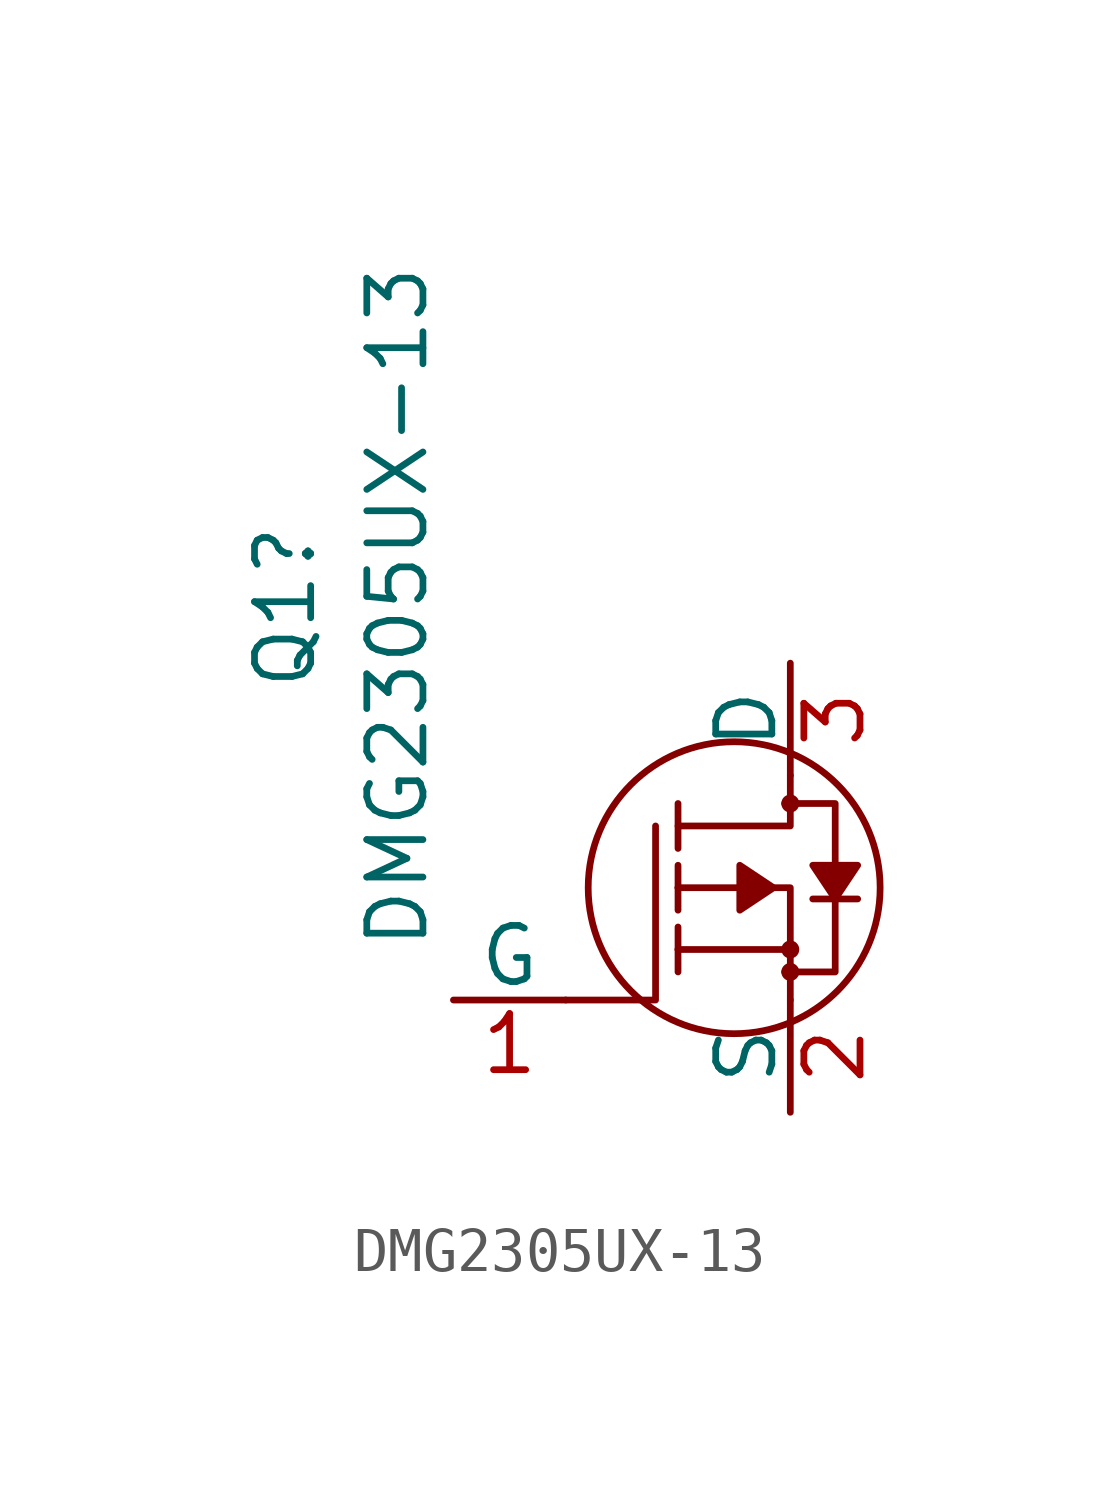
<source format=kicad_sym>
(kicad_symbol_lib
  (version 20211014)
  (generator kicad_symbol_editor)
  (symbol "DMG2305UX-13"
    (pin_names
      (offset 0))
    (property "Reference" "Q1"
      (at -11.43 6.35 90)
      (effects (font (size 1.27 1.27))))
    (property "Value" "DMG2305UX-13"
      (at -8.89 6.35 90)
      (effects (font (size 1.27 1.27))))
    (symbol "DMG2305UX-13_0_1"
      (circle (center -1.27 0) (radius 3.302) (stroke (width 0) (type default) (color 0 0 0 0)) (fill (type none)))
      (circle (center 0 -1.905) (radius 0.127) (stroke (width 0) (type default) (color 0 0 0 0)) (fill (type none)))
      (circle (center 0 -1.397) (radius 0.127) (stroke (width 0) (type default) (color 0 0 0 0)) (fill (type none)))
      (polyline (pts (xy 0 -1.397) (xy -2.54 -1.397)) (stroke (width 0) (type default) (color 0 0 0 0)) (fill (type none)))
      (polyline (pts (xy -5.08 -2.54) (xy -3.048 -2.54) (xy -3.048 1.397)) (stroke (width 0) (type default) (color 0 0 0 0)) (fill (type none)))
      (polyline (pts (xy 0 -2.54) (xy 0 0) (xy -2.54 0)) (stroke (width 0) (type default) (color 0 0 0 0)) (fill (type none)))
      (polyline (pts (xy 0 2.54) (xy 0 1.397) (xy -2.54 1.397)) (stroke (width 0) (type default) (color 0 0 0 0)) (fill (type none)))
      (polyline (pts (xy -0.127 -1.905) (xy 1.016 -1.905) (xy 1.016 1.397) (xy 1.016 1.905) (xy -0.127 1.905)) (stroke (width 0) (type default) (color 0 0 0 0)) (fill (type none)))
      (circle (center 0 1.905) (radius 0.127) (stroke (width 0) (type default) (color 0 0 0 0)) (fill (type none))))
    (symbol "DMG2305UX-13_1_1"
      (polyline (pts (xy -2.54 -1.397) (xy -2.54 -1.905)) (stroke (width 0) (type default) (color 0 0 0 0)) (fill (type none)))
      (polyline (pts (xy -2.54 -1.397) (xy -2.54 -0.889)) (stroke (width 0) (type default) (color 0 0 0 0)) (fill (type none)))
      (polyline (pts (xy -2.54 0) (xy -2.54 -0.508)) (stroke (width 0) (type default) (color 0 0 0 0)) (fill (type none)))
      (polyline (pts (xy -2.54 0) (xy -2.54 0.508)) (stroke (width 0) (type default) (color 0 0 0 0)) (fill (type none)))
      (polyline (pts (xy -2.54 1.905) (xy -2.54 0.889)) (stroke (width 0) (type default) (color 0 0 0 0)) (fill (type none)))
      (polyline (pts (xy 1.524 -0.254) (xy 0.508 -0.254)) (stroke (width 0) (type default) (color 0 0 0 0)) (fill (type none)))
      (polyline (pts (xy -0.381 0) (xy -1.143 0.508) (xy -1.143 -0.508) (xy -0.381 0)) (stroke (width 0) (type default) (color 0 0 0 0)) (fill (type outline)))
      (polyline (pts (xy 1.016 -0.254) (xy 1.524 0.508) (xy 0.508 0.508) (xy 1.016 -0.254)) (stroke (width 0) (type default) (color 0 0 0 0)) (fill (type outline)))
      (pin bidirectional line (at -7.62 -2.54 0) (length 2.54) (name "G" (effects (font (size 1.27 1.27)))) (number "1" (effects (font (size 1.27 1.27)))))
      (pin bidirectional line (at 0 -5.08 90) (length 2.54) (name "S" (effects (font (size 1.27 1.27)))) (number "2" (effects (font (size 1.27 1.27)))))
      (pin bidirectional line (at 0 5.08 270) (length 2.54) (name "D" (effects (font (size 1.27 1.27)))) (number "3" (effects (font (size 1.27 1.27))))))))
</source>
